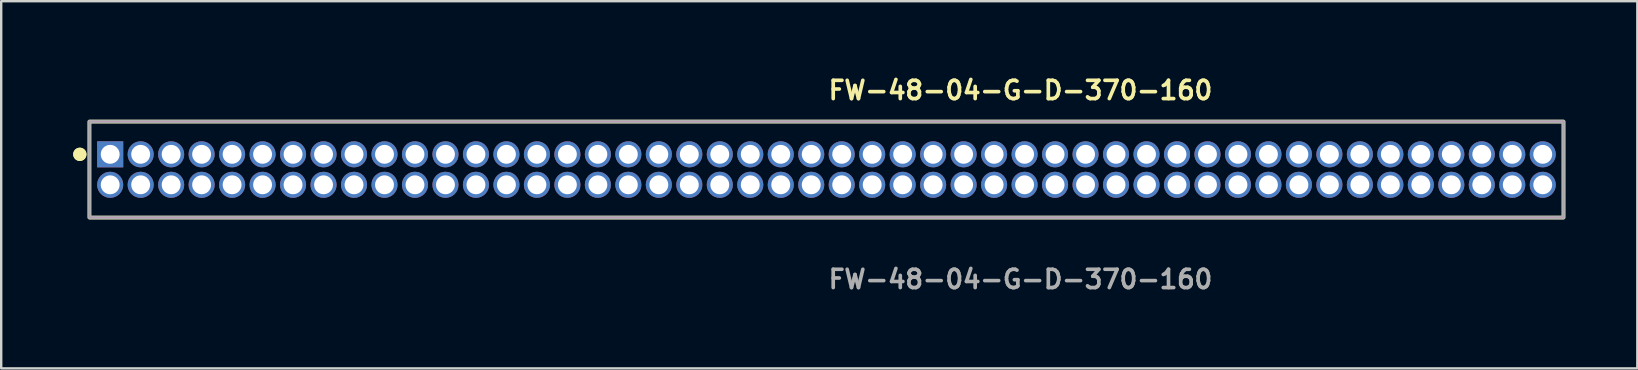
<source format=kicad_pcb>
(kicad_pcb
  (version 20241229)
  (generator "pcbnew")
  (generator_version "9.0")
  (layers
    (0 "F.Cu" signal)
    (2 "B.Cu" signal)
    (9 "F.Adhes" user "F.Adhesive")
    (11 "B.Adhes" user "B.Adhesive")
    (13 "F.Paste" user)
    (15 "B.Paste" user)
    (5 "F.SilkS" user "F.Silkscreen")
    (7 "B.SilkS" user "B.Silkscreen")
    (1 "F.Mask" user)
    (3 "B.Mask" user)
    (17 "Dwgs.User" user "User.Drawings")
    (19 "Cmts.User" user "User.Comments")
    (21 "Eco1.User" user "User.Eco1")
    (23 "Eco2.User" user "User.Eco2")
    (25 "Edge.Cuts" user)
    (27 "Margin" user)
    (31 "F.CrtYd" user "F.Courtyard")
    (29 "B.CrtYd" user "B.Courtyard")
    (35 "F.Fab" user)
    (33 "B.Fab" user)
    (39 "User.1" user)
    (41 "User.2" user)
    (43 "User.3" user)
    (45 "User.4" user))
  (footprint "FW-48-04-G-D-370-160"
    (layer "F.Cu")
    (at 31.386 4.015)
    (property "Reference" "FW-48-04-G-D-370-160" (at 0 -3.302 0) (unlocked yes) (layer "F.SilkS") (effects (font (size 0.762 0.762) (thickness 0.152)) (justify left)))
    (fp_rect (start -30.71 2) (end 30.71 -2) (stroke (width 0.152) (type solid)) (fill no) (layer "F.SilkS"))
    (fp_circle (center -31.11 -0.635) (end -31.31 -0.635) (stroke (width 0.152) (type solid)) (fill yes) (layer "F.SilkS"))
    (fp_circle (center -31.11 -0.635) (end -31.31 -0.635) (stroke (width 0.152) (type solid)) (fill yes) (layer "F.SilkS"))
    (fp_rect (start -30.71 2) (end 30.71 -2) (stroke (width 0.006) (type solid)) (fill no) (layer "F.CrtYd"))
    (fp_rect (start -30.71 2) (end 30.71 -2) (stroke (width 0.152) (type solid)) (fill no) (layer "F.Fab"))
    (fp_text user "${REFERENCE}" (at 0 4.572 0) (unlocked yes) (layer "F.Fab") (effects (font (size 0.762 0.762) (thickness 0.152)) (justify left)))
    (pad "1" thru_hole rect (at -29.845 -0.635) (size 1.087 1.087) (drill 0.787) (layers "*.Cu" "*.Mask"))
    (pad "2" thru_hole circle (at -29.845 0.635) (size 1.087 1.087) (drill 0.787) (layers "*.Cu" "*.Mask"))
    (pad "3" thru_hole circle (at -28.575 -0.635) (size 1.087 1.087) (drill 0.787) (layers "*.Cu" "*.Mask"))
    (pad "4" thru_hole circle (at -28.575 0.635) (size 1.087 1.087) (drill 0.787) (layers "*.Cu" "*.Mask"))
    (pad "5" thru_hole circle (at -27.305 -0.635) (size 1.087 1.087) (drill 0.787) (layers "*.Cu" "*.Mask"))
    (pad "6" thru_hole circle (at -27.305 0.635) (size 1.087 1.087) (drill 0.787) (layers "*.Cu" "*.Mask"))
    (pad "7" thru_hole circle (at -26.035 -0.635) (size 1.087 1.087) (drill 0.787) (layers "*.Cu" "*.Mask"))
    (pad "8" thru_hole circle (at -26.035 0.635) (size 1.087 1.087) (drill 0.787) (layers "*.Cu" "*.Mask"))
    (pad "9" thru_hole circle (at -24.765 -0.635) (size 1.087 1.087) (drill 0.787) (layers "*.Cu" "*.Mask"))
    (pad "10" thru_hole circle (at -24.765 0.635) (size 1.087 1.087) (drill 0.787) (layers "*.Cu" "*.Mask"))
    (pad "11" thru_hole circle (at -23.495 -0.635) (size 1.087 1.087) (drill 0.787) (layers "*.Cu" "*.Mask"))
    (pad "12" thru_hole circle (at -23.495 0.635) (size 1.087 1.087) (drill 0.787) (layers "*.Cu" "*.Mask"))
    (pad "13" thru_hole circle (at -22.225 -0.635) (size 1.087 1.087) (drill 0.787) (layers "*.Cu" "*.Mask"))
    (pad "14" thru_hole circle (at -22.225 0.635) (size 1.087 1.087) (drill 0.787) (layers "*.Cu" "*.Mask"))
    (pad "15" thru_hole circle (at -20.955 -0.635) (size 1.087 1.087) (drill 0.787) (layers "*.Cu" "*.Mask"))
    (pad "16" thru_hole circle (at -20.955 0.635) (size 1.087 1.087) (drill 0.787) (layers "*.Cu" "*.Mask"))
    (pad "17" thru_hole circle (at -19.685 -0.635) (size 1.087 1.087) (drill 0.787) (layers "*.Cu" "*.Mask"))
    (pad "18" thru_hole circle (at -19.685 0.635) (size 1.087 1.087) (drill 0.787) (layers "*.Cu" "*.Mask"))
    (pad "19" thru_hole circle (at -18.415 -0.635) (size 1.087 1.087) (drill 0.787) (layers "*.Cu" "*.Mask"))
    (pad "20" thru_hole circle (at -18.415 0.635) (size 1.087 1.087) (drill 0.787) (layers "*.Cu" "*.Mask"))
    (pad "21" thru_hole circle (at -17.145 -0.635) (size 1.087 1.087) (drill 0.787) (layers "*.Cu" "*.Mask"))
    (pad "22" thru_hole circle (at -17.145 0.635) (size 1.087 1.087) (drill 0.787) (layers "*.Cu" "*.Mask"))
    (pad "23" thru_hole circle (at -15.875 -0.635) (size 1.087 1.087) (drill 0.787) (layers "*.Cu" "*.Mask"))
    (pad "24" thru_hole circle (at -15.875 0.635) (size 1.087 1.087) (drill 0.787) (layers "*.Cu" "*.Mask"))
    (pad "25" thru_hole circle (at -14.605 -0.635) (size 1.087 1.087) (drill 0.787) (layers "*.Cu" "*.Mask"))
    (pad "26" thru_hole circle (at -14.605 0.635) (size 1.087 1.087) (drill 0.787) (layers "*.Cu" "*.Mask"))
    (pad "27" thru_hole circle (at -13.335 -0.635) (size 1.087 1.087) (drill 0.787) (layers "*.Cu" "*.Mask"))
    (pad "28" thru_hole circle (at -13.335 0.635) (size 1.087 1.087) (drill 0.787) (layers "*.Cu" "*.Mask"))
    (pad "29" thru_hole circle (at -12.065 -0.635) (size 1.087 1.087) (drill 0.787) (layers "*.Cu" "*.Mask"))
    (pad "30" thru_hole circle (at -12.065 0.635) (size 1.087 1.087) (drill 0.787) (layers "*.Cu" "*.Mask"))
    (pad "31" thru_hole circle (at -10.795 -0.635) (size 1.087 1.087) (drill 0.787) (layers "*.Cu" "*.Mask"))
    (pad "32" thru_hole circle (at -10.795 0.635) (size 1.087 1.087) (drill 0.787) (layers "*.Cu" "*.Mask"))
    (pad "33" thru_hole circle (at -9.525 -0.635) (size 1.087 1.087) (drill 0.787) (layers "*.Cu" "*.Mask"))
    (pad "34" thru_hole circle (at -9.525 0.635) (size 1.087 1.087) (drill 0.787) (layers "*.Cu" "*.Mask"))
    (pad "35" thru_hole circle (at -8.255 -0.635) (size 1.087 1.087) (drill 0.787) (layers "*.Cu" "*.Mask"))
    (pad "36" thru_hole circle (at -8.255 0.635) (size 1.087 1.087) (drill 0.787) (layers "*.Cu" "*.Mask"))
    (pad "37" thru_hole circle (at -6.985 -0.635) (size 1.087 1.087) (drill 0.787) (layers "*.Cu" "*.Mask"))
    (pad "38" thru_hole circle (at -6.985 0.635) (size 1.087 1.087) (drill 0.787) (layers "*.Cu" "*.Mask"))
    (pad "39" thru_hole circle (at -5.715 -0.635) (size 1.087 1.087) (drill 0.787) (layers "*.Cu" "*.Mask"))
    (pad "40" thru_hole circle (at -5.715 0.635) (size 1.087 1.087) (drill 0.787) (layers "*.Cu" "*.Mask"))
    (pad "41" thru_hole circle (at -4.445 -0.635) (size 1.087 1.087) (drill 0.787) (layers "*.Cu" "*.Mask"))
    (pad "42" thru_hole circle (at -4.445 0.635) (size 1.087 1.087) (drill 0.787) (layers "*.Cu" "*.Mask"))
    (pad "43" thru_hole circle (at -3.175 -0.635) (size 1.087 1.087) (drill 0.787) (layers "*.Cu" "*.Mask"))
    (pad "44" thru_hole circle (at -3.175 0.635) (size 1.087 1.087) (drill 0.787) (layers "*.Cu" "*.Mask"))
    (pad "45" thru_hole circle (at -1.905 -0.635) (size 1.087 1.087) (drill 0.787) (layers "*.Cu" "*.Mask"))
    (pad "46" thru_hole circle (at -1.905 0.635) (size 1.087 1.087) (drill 0.787) (layers "*.Cu" "*.Mask"))
    (pad "47" thru_hole circle (at -0.635 -0.635) (size 1.087 1.087) (drill 0.787) (layers "*.Cu" "*.Mask"))
    (pad "48" thru_hole circle (at -0.635 0.635) (size 1.087 1.087) (drill 0.787) (layers "*.Cu" "*.Mask"))
    (pad "49" thru_hole circle (at 0.635 -0.635) (size 1.087 1.087) (drill 0.787) (layers "*.Cu" "*.Mask"))
    (pad "50" thru_hole circle (at 0.635 0.635) (size 1.087 1.087) (drill 0.787) (layers "*.Cu" "*.Mask"))
    (pad "51" thru_hole circle (at 1.905 -0.635) (size 1.087 1.087) (drill 0.787) (layers "*.Cu" "*.Mask"))
    (pad "52" thru_hole circle (at 1.905 0.635) (size 1.087 1.087) (drill 0.787) (layers "*.Cu" "*.Mask"))
    (pad "53" thru_hole circle (at 3.175 -0.635) (size 1.087 1.087) (drill 0.787) (layers "*.Cu" "*.Mask"))
    (pad "54" thru_hole circle (at 3.175 0.635) (size 1.087 1.087) (drill 0.787) (layers "*.Cu" "*.Mask"))
    (pad "55" thru_hole circle (at 4.445 -0.635) (size 1.087 1.087) (drill 0.787) (layers "*.Cu" "*.Mask"))
    (pad "56" thru_hole circle (at 4.445 0.635) (size 1.087 1.087) (drill 0.787) (layers "*.Cu" "*.Mask"))
    (pad "57" thru_hole circle (at 5.715 -0.635) (size 1.087 1.087) (drill 0.787) (layers "*.Cu" "*.Mask"))
    (pad "58" thru_hole circle (at 5.715 0.635) (size 1.087 1.087) (drill 0.787) (layers "*.Cu" "*.Mask"))
    (pad "59" thru_hole circle (at 6.985 -0.635) (size 1.087 1.087) (drill 0.787) (layers "*.Cu" "*.Mask"))
    (pad "60" thru_hole circle (at 6.985 0.635) (size 1.087 1.087) (drill 0.787) (layers "*.Cu" "*.Mask"))
    (pad "61" thru_hole circle (at 8.255 -0.635) (size 1.087 1.087) (drill 0.787) (layers "*.Cu" "*.Mask"))
    (pad "62" thru_hole circle (at 8.255 0.635) (size 1.087 1.087) (drill 0.787) (layers "*.Cu" "*.Mask"))
    (pad "63" thru_hole circle (at 9.525 -0.635) (size 1.087 1.087) (drill 0.787) (layers "*.Cu" "*.Mask"))
    (pad "64" thru_hole circle (at 9.525 0.635) (size 1.087 1.087) (drill 0.787) (layers "*.Cu" "*.Mask"))
    (pad "65" thru_hole circle (at 10.795 -0.635) (size 1.087 1.087) (drill 0.787) (layers "*.Cu" "*.Mask"))
    (pad "66" thru_hole circle (at 10.795 0.635) (size 1.087 1.087) (drill 0.787) (layers "*.Cu" "*.Mask"))
    (pad "67" thru_hole circle (at 12.065 -0.635) (size 1.087 1.087) (drill 0.787) (layers "*.Cu" "*.Mask"))
    (pad "68" thru_hole circle (at 12.065 0.635) (size 1.087 1.087) (drill 0.787) (layers "*.Cu" "*.Mask"))
    (pad "69" thru_hole circle (at 13.335 -0.635) (size 1.087 1.087) (drill 0.787) (layers "*.Cu" "*.Mask"))
    (pad "70" thru_hole circle (at 13.335 0.635) (size 1.087 1.087) (drill 0.787) (layers "*.Cu" "*.Mask"))
    (pad "71" thru_hole circle (at 14.605 -0.635) (size 1.087 1.087) (drill 0.787) (layers "*.Cu" "*.Mask"))
    (pad "72" thru_hole circle (at 14.605 0.635) (size 1.087 1.087) (drill 0.787) (layers "*.Cu" "*.Mask"))
    (pad "73" thru_hole circle (at 15.875 -0.635) (size 1.087 1.087) (drill 0.787) (layers "*.Cu" "*.Mask"))
    (pad "74" thru_hole circle (at 15.875 0.635) (size 1.087 1.087) (drill 0.787) (layers "*.Cu" "*.Mask"))
    (pad "75" thru_hole circle (at 17.145 -0.635) (size 1.087 1.087) (drill 0.787) (layers "*.Cu" "*.Mask"))
    (pad "76" thru_hole circle (at 17.145 0.635) (size 1.087 1.087) (drill 0.787) (layers "*.Cu" "*.Mask"))
    (pad "77" thru_hole circle (at 18.415 -0.635) (size 1.087 1.087) (drill 0.787) (layers "*.Cu" "*.Mask"))
    (pad "78" thru_hole circle (at 18.415 0.635) (size 1.087 1.087) (drill 0.787) (layers "*.Cu" "*.Mask"))
    (pad "79" thru_hole circle (at 19.685 -0.635) (size 1.087 1.087) (drill 0.787) (layers "*.Cu" "*.Mask"))
    (pad "80" thru_hole circle (at 19.685 0.635) (size 1.087 1.087) (drill 0.787) (layers "*.Cu" "*.Mask"))
    (pad "81" thru_hole circle (at 20.955 -0.635) (size 1.087 1.087) (drill 0.787) (layers "*.Cu" "*.Mask"))
    (pad "82" thru_hole circle (at 20.955 0.635) (size 1.087 1.087) (drill 0.787) (layers "*.Cu" "*.Mask"))
    (pad "83" thru_hole circle (at 22.225 -0.635) (size 1.087 1.087) (drill 0.787) (layers "*.Cu" "*.Mask"))
    (pad "84" thru_hole circle (at 22.225 0.635) (size 1.087 1.087) (drill 0.787) (layers "*.Cu" "*.Mask"))
    (pad "85" thru_hole circle (at 23.495 -0.635) (size 1.087 1.087) (drill 0.787) (layers "*.Cu" "*.Mask"))
    (pad "86" thru_hole circle (at 23.495 0.635) (size 1.087 1.087) (drill 0.787) (layers "*.Cu" "*.Mask"))
    (pad "87" thru_hole circle (at 24.765 -0.635) (size 1.087 1.087) (drill 0.787) (layers "*.Cu" "*.Mask"))
    (pad "88" thru_hole circle (at 24.765 0.635) (size 1.087 1.087) (drill 0.787) (layers "*.Cu" "*.Mask"))
    (pad "89" thru_hole circle (at 26.035 -0.635) (size 1.087 1.087) (drill 0.787) (layers "*.Cu" "*.Mask"))
    (pad "90" thru_hole circle (at 26.035 0.635) (size 1.087 1.087) (drill 0.787) (layers "*.Cu" "*.Mask"))
    (pad "91" thru_hole circle (at 27.305 -0.635) (size 1.087 1.087) (drill 0.787) (layers "*.Cu" "*.Mask"))
    (pad "92" thru_hole circle (at 27.305 0.635) (size 1.087 1.087) (drill 0.787) (layers "*.Cu" "*.Mask"))
    (pad "93" thru_hole circle (at 28.575 -0.635) (size 1.087 1.087) (drill 0.787) (layers "*.Cu" "*.Mask"))
    (pad "94" thru_hole circle (at 28.575 0.635) (size 1.087 1.087) (drill 0.787) (layers "*.Cu" "*.Mask"))
    (pad "95" thru_hole circle (at 29.845 -0.635) (size 1.087 1.087) (drill 0.787) (layers "*.Cu" "*.Mask"))
    (pad "96" thru_hole circle (at 29.845 0.635) (size 1.087 1.087) (drill 0.787) (layers "*.Cu" "*.Mask")))
  (gr_rect
    (start -3 -3)
    (end 65.172 12.3)
    (stroke (width 0.1) (type default))
    (fill no)
    (layer "Edge.Cuts")))
</source>
